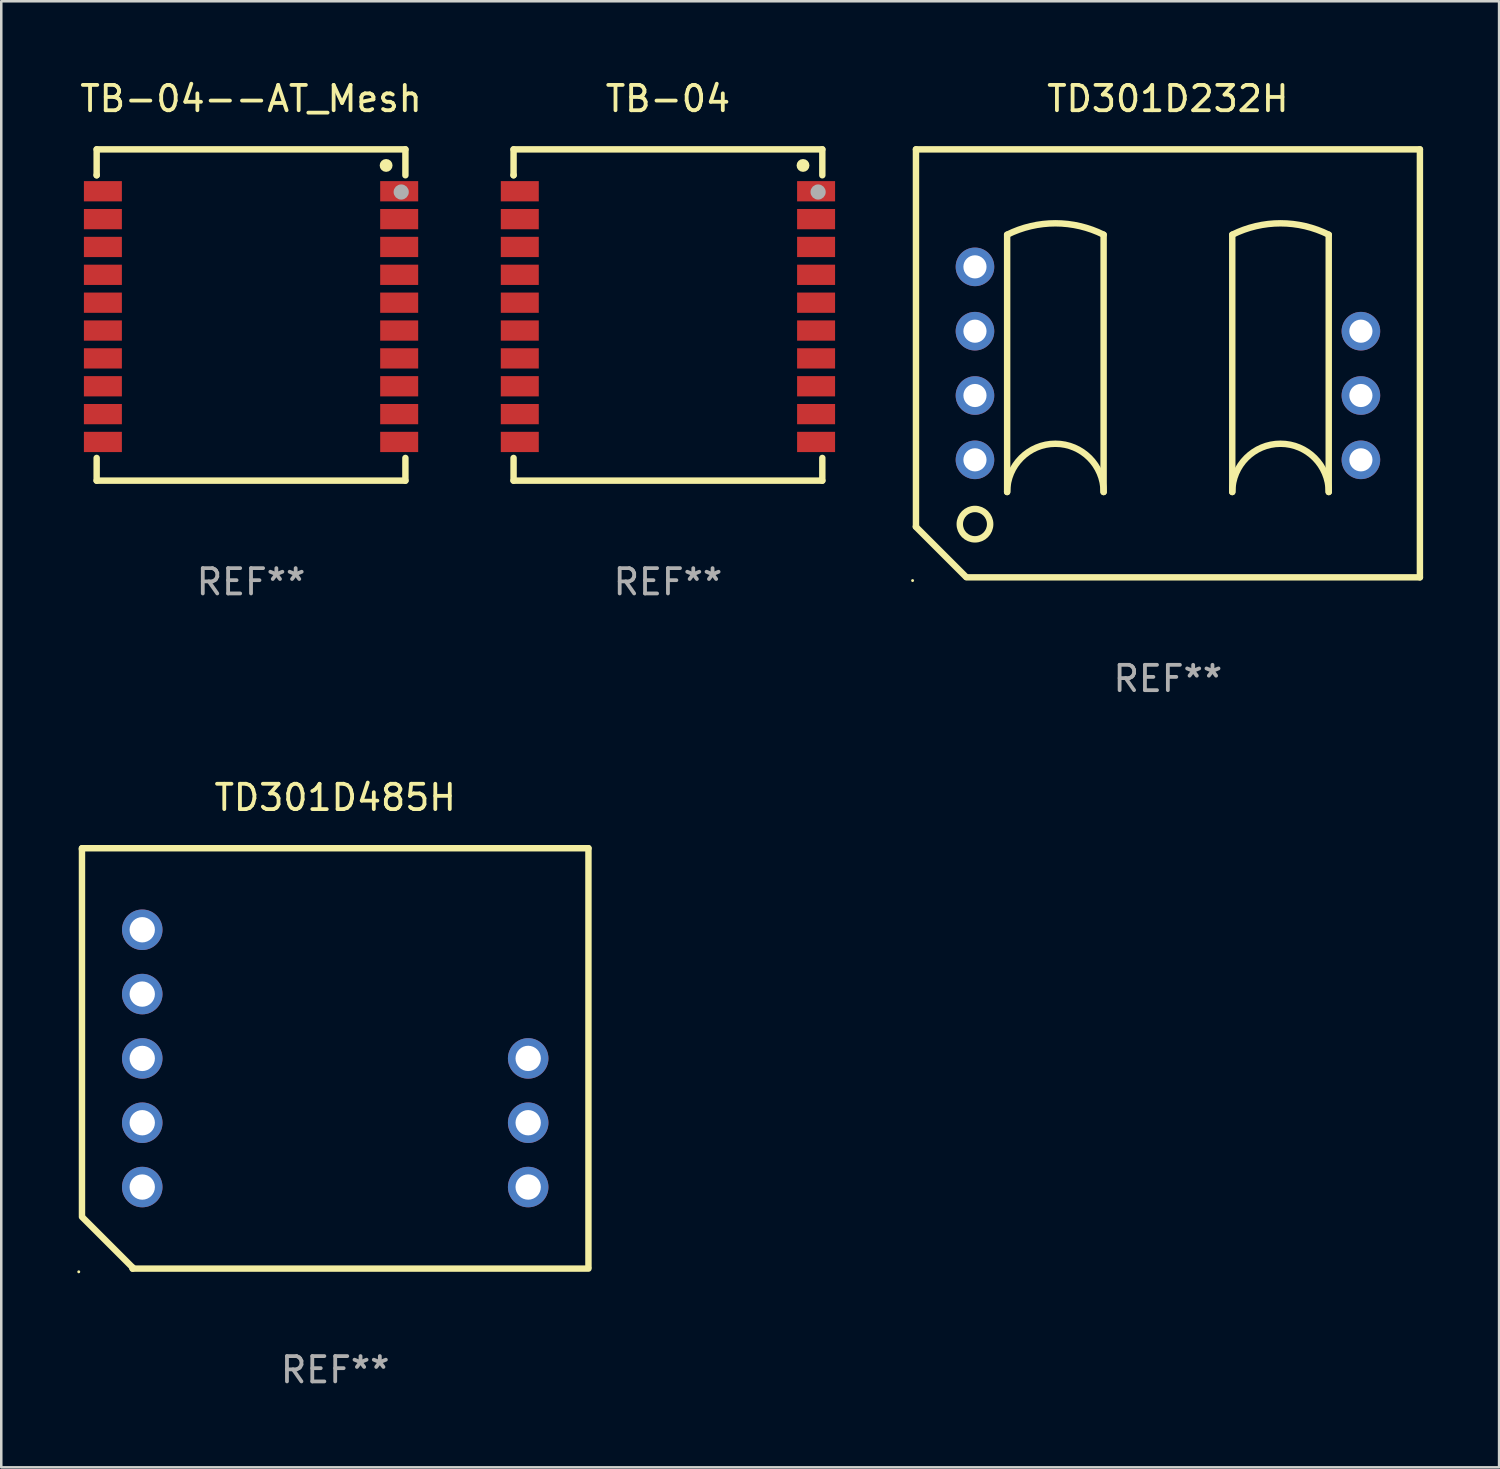
<source format=kicad_pcb>
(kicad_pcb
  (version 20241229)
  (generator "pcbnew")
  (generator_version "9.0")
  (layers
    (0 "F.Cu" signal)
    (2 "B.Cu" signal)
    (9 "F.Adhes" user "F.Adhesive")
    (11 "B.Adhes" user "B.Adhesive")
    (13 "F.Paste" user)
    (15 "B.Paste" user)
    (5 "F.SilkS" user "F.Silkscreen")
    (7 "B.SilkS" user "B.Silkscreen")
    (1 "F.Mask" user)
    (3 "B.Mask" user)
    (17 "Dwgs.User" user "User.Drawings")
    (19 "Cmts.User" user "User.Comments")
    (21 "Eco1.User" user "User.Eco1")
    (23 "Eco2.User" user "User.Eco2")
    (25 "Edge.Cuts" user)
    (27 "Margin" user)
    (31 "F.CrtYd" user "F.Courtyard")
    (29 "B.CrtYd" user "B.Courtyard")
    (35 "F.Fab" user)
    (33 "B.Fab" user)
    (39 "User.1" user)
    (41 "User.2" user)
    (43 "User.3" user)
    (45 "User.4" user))
  (footprint "TD301D485H"
    (layer "F.Cu")
    (at 10.187 38.745)
    (property "Reference" "TD301D485H" (at 0 -10.3 0) (layer "F.SilkS") (effects (font (size 1 1) (thickness 0.15))))
    (attr through_hole)
    (fp_line (start -10 -8.3) (end -10 -8.255) (stroke (width 0.254) (type solid)) (layer "F.SilkS"))
    (fp_line (start -10 -8.3) (end 10 -8.3) (stroke (width 0.254) (type solid)) (layer "F.SilkS"))
    (fp_line (start -10 -8.255) (end -10 6.2) (stroke (width 0.254) (type solid)) (layer "F.SilkS"))
    (fp_line (start -8 8.257) (end -10 6.257) (stroke (width 0.254) (type solid)) (layer "F.SilkS"))
    (fp_line (start -8 8.3) (end -8 8.257) (stroke (width 0.254) (type solid)) (layer "F.SilkS"))
    (fp_line (start -8 8.3) (end 10 8.3) (stroke (width 0.254) (type solid)) (layer "F.SilkS"))
    (fp_line (start 10 -8.3) (end 10 8.24) (stroke (width 0.254) (type solid)) (layer "F.SilkS"))
    (fp_circle (center -10.127 8.427) (end -10.097 8.427) (stroke (width 0.06) (type solid)) (fill no) (layer "F.SilkS"))
    (fp_text user "REF**" (at 0 12.3 0) (layer "F.Fab") (effects (font (size 1 1) (thickness 0.15))))
    (pad "1" thru_hole circle (at -7.62 5.08) (size 1.6 1.6) (drill 1) (layers "*.Cu" "*.Mask"))
    (pad "2" thru_hole circle (at -7.62 2.54) (size 1.6 1.6) (drill 1) (layers "*.Cu" "*.Mask"))
    (pad "3" thru_hole circle (at -7.62 0.000343) (size 1.6 1.6) (drill 1) (layers "*.Cu" "*.Mask"))
    (pad "4" thru_hole circle (at -7.62 -2.54) (size 1.6 1.6) (drill 1) (layers "*.Cu" "*.Mask"))
    (pad "5" thru_hole circle (at -7.62 -5.08) (size 1.6 1.6) (drill 1) (layers "*.Cu" "*.Mask"))
    (pad "8" thru_hole circle (at 7.62 0.000343) (size 1.6 1.6) (drill 1) (layers "*.Cu" "*.Mask"))
    (pad "9" thru_hole circle (at 7.62 2.54) (size 1.6 1.6) (drill 1) (layers "*.Cu" "*.Mask"))
    (pad "10" thru_hole circle (at 7.62 5.08) (size 1.6 1.6) (drill 1) (layers "*.Cu" "*.Mask")))
  (footprint "TB-04--AT_Mesh"
    (layer "F.Cu")
    (at 6.863 9.389)
    (property "Reference" "TB-04--AT_Mesh" (at 0 -8.541 0) (layer "F.SilkS") (effects (font (size 1 1) (thickness 0.15))))
    (attr through_hole)
    (fp_line (start -6.096 -6.541) (end 6.096 -6.541) (stroke (width 0.254) (type solid)) (layer "F.SilkS"))
    (fp_line (start -6.096 -5.518) (end -6.096 -6.541) (stroke (width 0.254) (type solid)) (layer "F.SilkS"))
    (fp_line (start -6.096 -5.518) (end -6.096 -5.525) (stroke (width 0.254) (type solid)) (layer "F.SilkS"))
    (fp_line (start -6.096 6.541) (end -6.096 5.645) (stroke (width 0.254) (type solid)) (layer "F.SilkS"))
    (fp_line (start 6.096 -6.541) (end 6.096 -5.518) (stroke (width 0.254) (type solid)) (layer "F.SilkS"))
    (fp_line (start 6.096 5.645) (end 6.096 6.541) (stroke (width 0.254) (type solid)) (layer "F.SilkS"))
    (fp_line (start 6.096 6.541) (end -6.096 6.541) (stroke (width 0.254) (type solid)) (layer "F.SilkS"))
    (fp_circle (center 5.334 -5.906) (end 5.461 -5.906) (stroke (width 0.254) (type solid)) (fill no) (layer "F.SilkS"))
    (fp_circle (center 6.1 -6.436) (end 6.13 -6.436) (stroke (width 0.06) (type solid)) (fill no) (layer "F.SilkS"))
    (fp_circle (center 5.93 -4.857) (end 6.08 -4.857) (stroke (width 0.3) (type solid)) (fill no) (layer "F.Fab"))
    (fp_text user "REF**" (at 0 10.541 0) (layer "F.Fab") (effects (font (size 1 1) (thickness 0.15))))
    (pad "1" smd rect (at 5.85 -4.887) (size 1.5 0.8) (layers "F.Cu" "F.Mask" "F.Paste"))
    (pad "2" smd rect (at 5.85 -3.786) (size 1.5 0.8) (layers "F.Cu" "F.Mask" "F.Paste"))
    (pad "3" smd rect (at 5.85 -2.687) (size 1.5 0.8) (layers "F.Cu" "F.Mask" "F.Paste"))
    (pad "4" smd rect (at 5.85 -1.587) (size 1.5 0.8) (layers "F.Cu" "F.Mask" "F.Paste"))
    (pad "5" smd rect (at 5.85 -0.486) (size 1.5 0.8) (layers "F.Cu" "F.Mask" "F.Paste"))
    (pad "6" smd rect (at 5.85 0.614) (size 1.5 0.8) (layers "F.Cu" "F.Mask" "F.Paste"))
    (pad "7" smd rect (at 5.85 1.713) (size 1.5 0.8) (layers "F.Cu" "F.Mask" "F.Paste"))
    (pad "8" smd rect (at 5.85 2.814) (size 1.5 0.8) (layers "F.Cu" "F.Mask" "F.Paste"))
    (pad "9" smd rect (at 5.85 3.914) (size 1.5 0.8) (layers "F.Cu" "F.Mask" "F.Paste"))
    (pad "10" smd rect (at 5.85 5.013) (size 1.5 0.8) (layers "F.Cu" "F.Mask" "F.Paste"))
    (pad "11" smd rect (at -5.85 5.013) (size 1.5 0.8) (layers "F.Cu" "F.Mask" "F.Paste"))
    (pad "12" smd rect (at -5.85 3.914) (size 1.5 0.8) (layers "F.Cu" "F.Mask" "F.Paste"))
    (pad "13" smd rect (at -5.85 2.814) (size 1.5 0.8) (layers "F.Cu" "F.Mask" "F.Paste"))
    (pad "14" smd rect (at -5.85 1.713) (size 1.5 0.8) (layers "F.Cu" "F.Mask" "F.Paste"))
    (pad "15" smd rect (at -5.85 0.614) (size 1.5 0.8) (layers "F.Cu" "F.Mask" "F.Paste"))
    (pad "16" smd rect (at -5.85 -0.486) (size 1.5 0.8) (layers "F.Cu" "F.Mask" "F.Paste"))
    (pad "17" smd rect (at -5.85 -1.587) (size 1.5 0.8) (layers "F.Cu" "F.Mask" "F.Paste"))
    (pad "18" smd rect (at -5.85 -2.687) (size 1.5 0.8) (layers "F.Cu" "F.Mask" "F.Paste"))
    (pad "19" smd rect (at -5.85 -3.786) (size 1.5 0.8) (layers "F.Cu" "F.Mask" "F.Paste"))
    (pad "20" smd rect (at -5.85 -4.887) (size 1.5 0.8) (layers "F.Cu" "F.Mask" "F.Paste")))
  (footprint "TD301D232H"
    (layer "F.Cu")
    (at 43.067 11.298)
    (property "Reference" "TD301D232H" (at 0 -10.45 0) (layer "F.SilkS") (effects (font (size 1 1) (thickness 0.15))))
    (attr through_hole)
    (fp_line (start -9.953 6.452) (end -7.972 8.433) (stroke (width 0.254) (type solid)) (layer "F.SilkS"))
    (fp_line (start -9.947 -8.45) (end -9.947 6.45) (stroke (width 0.254) (type solid)) (layer "F.SilkS"))
    (fp_line (start -9.947 -8.45) (end 9.953 -8.45) (stroke (width 0.254) (type solid)) (layer "F.SilkS"))
    (fp_line (start -7.947 8.45) (end 9.953 8.45) (stroke (width 0.254) (type solid)) (layer "F.SilkS"))
    (fp_line (start -6.347 -5.08) (end -6.347 5.08) (stroke (width 0.254) (type solid)) (layer "F.SilkS"))
    (fp_line (start -2.537 -5.08) (end -2.537 5.08) (stroke (width 0.254) (type solid)) (layer "F.SilkS"))
    (fp_line (start 2.543 -5.08) (end 2.543 5.08) (stroke (width 0.254) (type solid)) (layer "F.SilkS"))
    (fp_line (start 6.353 -5.08) (end 6.353 5.08) (stroke (width 0.254) (type solid)) (layer "F.SilkS"))
    (fp_line (start 9.953 -8.45) (end 9.953 8.45) (stroke (width 0.254) (type solid)) (layer "F.SilkS"))
    (fp_arc (start -6.346584 -5.08001) (mid -4.44158 -5.529721) (end -2.536577 -5.08001) (stroke (width 0.254001) (type solid)) (layer "F.SilkS"))
    (fp_arc (start -6.346584 5.08001) (mid -4.44158 3.175006) (end -2.536576 5.08001) (stroke (width 0.254001) (type solid)) (layer "F.SilkS"))
    (fp_arc (start 2.543434 -5.08001) (mid 4.448438 -5.529721) (end 6.353441 -5.08001) (stroke (width 0.254001) (type solid)) (layer "F.SilkS"))
    (fp_arc (start 2.543434 5.08001) (mid 4.448438 3.175006) (end 6.353442 5.08001) (stroke (width 0.254001) (type solid)) (layer "F.SilkS"))
    (fp_circle (center -10.08 8.577) (end -10.05 8.577) (stroke (width 0.06) (type solid)) (fill no) (layer "F.SilkS"))
    (fp_circle (center -7.617 6.35) (end -7.017 6.35) (stroke (width 0.254) (type solid)) (fill no) (layer "F.SilkS"))
    (fp_text user "REF**" (at 0 12.45 0) (layer "F.Fab") (effects (font (size 1 1) (thickness 0.15))))
    (pad "1" thru_hole circle (at -7.617 3.81) (size 1.524 1.524) (drill 0.914) (layers "*.Cu" "*.Mask"))
    (pad "2" thru_hole circle (at -7.617 1.27) (size 1.524 1.524) (drill 0.914) (layers "*.Cu" "*.Mask"))
    (pad "3" thru_hole circle (at -7.617 -1.27) (size 1.524 1.524) (drill 0.914) (layers "*.Cu" "*.Mask"))
    (pad "4" thru_hole circle (at -7.617 -3.81) (size 1.524 1.524) (drill 0.914) (layers "*.Cu" "*.Mask"))
    (pad "6" thru_hole circle (at 7.623 -1.27) (size 1.524 1.524) (drill 0.914) (layers "*.Cu" "*.Mask"))
    (pad "7" thru_hole circle (at 7.623 1.27) (size 1.524 1.524) (drill 0.914) (layers "*.Cu" "*.Mask"))
    (pad "8" thru_hole circle (at 7.623 3.81) (size 1.524 1.524) (drill 0.914) (layers "*.Cu" "*.Mask")))
  (footprint "TB-04"
    (layer "F.Cu")
    (at 23.326 9.389)
    (property "Reference" "TB-04" (at 0 -8.541 0) (layer "F.SilkS") (effects (font (size 1 1) (thickness 0.15))))
    (attr through_hole)
    (fp_line (start -6.096 -6.541) (end 6.096 -6.541) (stroke (width 0.254) (type solid)) (layer "F.SilkS"))
    (fp_line (start -6.096 -5.518) (end -6.096 -6.541) (stroke (width 0.254) (type solid)) (layer "F.SilkS"))
    (fp_line (start -6.096 -5.518) (end -6.096 -5.525) (stroke (width 0.254) (type solid)) (layer "F.SilkS"))
    (fp_line (start -6.096 6.541) (end -6.096 5.645) (stroke (width 0.254) (type solid)) (layer "F.SilkS"))
    (fp_line (start 6.096 -6.541) (end 6.096 -5.518) (stroke (width 0.254) (type solid)) (layer "F.SilkS"))
    (fp_line (start 6.096 5.645) (end 6.096 6.541) (stroke (width 0.254) (type solid)) (layer "F.SilkS"))
    (fp_line (start 6.096 6.541) (end -6.096 6.541) (stroke (width 0.254) (type solid)) (layer "F.SilkS"))
    (fp_circle (center 5.334 -5.906) (end 5.461 -5.906) (stroke (width 0.254) (type solid)) (fill no) (layer "F.SilkS"))
    (fp_circle (center 6.1 -6.436) (end 6.13 -6.436) (stroke (width 0.06) (type solid)) (fill no) (layer "F.SilkS"))
    (fp_circle (center 5.93 -4.857) (end 6.08 -4.857) (stroke (width 0.3) (type solid)) (fill no) (layer "F.Fab"))
    (fp_text user "REF**" (at 0 10.541 0) (layer "F.Fab") (effects (font (size 1 1) (thickness 0.15))))
    (pad "1" smd rect (at 5.85 -4.887) (size 1.5 0.8) (layers "F.Cu" "F.Mask" "F.Paste"))
    (pad "2" smd rect (at 5.85 -3.786) (size 1.5 0.8) (layers "F.Cu" "F.Mask" "F.Paste"))
    (pad "3" smd rect (at 5.85 -2.687) (size 1.5 0.8) (layers "F.Cu" "F.Mask" "F.Paste"))
    (pad "4" smd rect (at 5.85 -1.587) (size 1.5 0.8) (layers "F.Cu" "F.Mask" "F.Paste"))
    (pad "5" smd rect (at 5.85 -0.486) (size 1.5 0.8) (layers "F.Cu" "F.Mask" "F.Paste"))
    (pad "6" smd rect (at 5.85 0.614) (size 1.5 0.8) (layers "F.Cu" "F.Mask" "F.Paste"))
    (pad "7" smd rect (at 5.85 1.713) (size 1.5 0.8) (layers "F.Cu" "F.Mask" "F.Paste"))
    (pad "8" smd rect (at 5.85 2.814) (size 1.5 0.8) (layers "F.Cu" "F.Mask" "F.Paste"))
    (pad "9" smd rect (at 5.85 3.914) (size 1.5 0.8) (layers "F.Cu" "F.Mask" "F.Paste"))
    (pad "10" smd rect (at 5.85 5.013) (size 1.5 0.8) (layers "F.Cu" "F.Mask" "F.Paste"))
    (pad "11" smd rect (at -5.85 5.013) (size 1.5 0.8) (layers "F.Cu" "F.Mask" "F.Paste"))
    (pad "12" smd rect (at -5.85 3.914) (size 1.5 0.8) (layers "F.Cu" "F.Mask" "F.Paste"))
    (pad "13" smd rect (at -5.85 2.814) (size 1.5 0.8) (layers "F.Cu" "F.Mask" "F.Paste"))
    (pad "14" smd rect (at -5.85 1.713) (size 1.5 0.8) (layers "F.Cu" "F.Mask" "F.Paste"))
    (pad "15" smd rect (at -5.85 0.614) (size 1.5 0.8) (layers "F.Cu" "F.Mask" "F.Paste"))
    (pad "16" smd rect (at -5.85 -0.486) (size 1.5 0.8) (layers "F.Cu" "F.Mask" "F.Paste"))
    (pad "17" smd rect (at -5.85 -1.587) (size 1.5 0.8) (layers "F.Cu" "F.Mask" "F.Paste"))
    (pad "18" smd rect (at -5.85 -2.687) (size 1.5 0.8) (layers "F.Cu" "F.Mask" "F.Paste"))
    (pad "19" smd rect (at -5.85 -3.786) (size 1.5 0.8) (layers "F.Cu" "F.Mask" "F.Paste"))
    (pad "20" smd rect (at -5.85 -4.887) (size 1.5 0.8) (layers "F.Cu" "F.Mask" "F.Paste")))
  (gr_rect
    (start -3 -3)
    (end 56.147 54.894)
    (stroke (width 0.1) (type default))
    (fill no)
    (layer "Edge.Cuts")))
</source>
